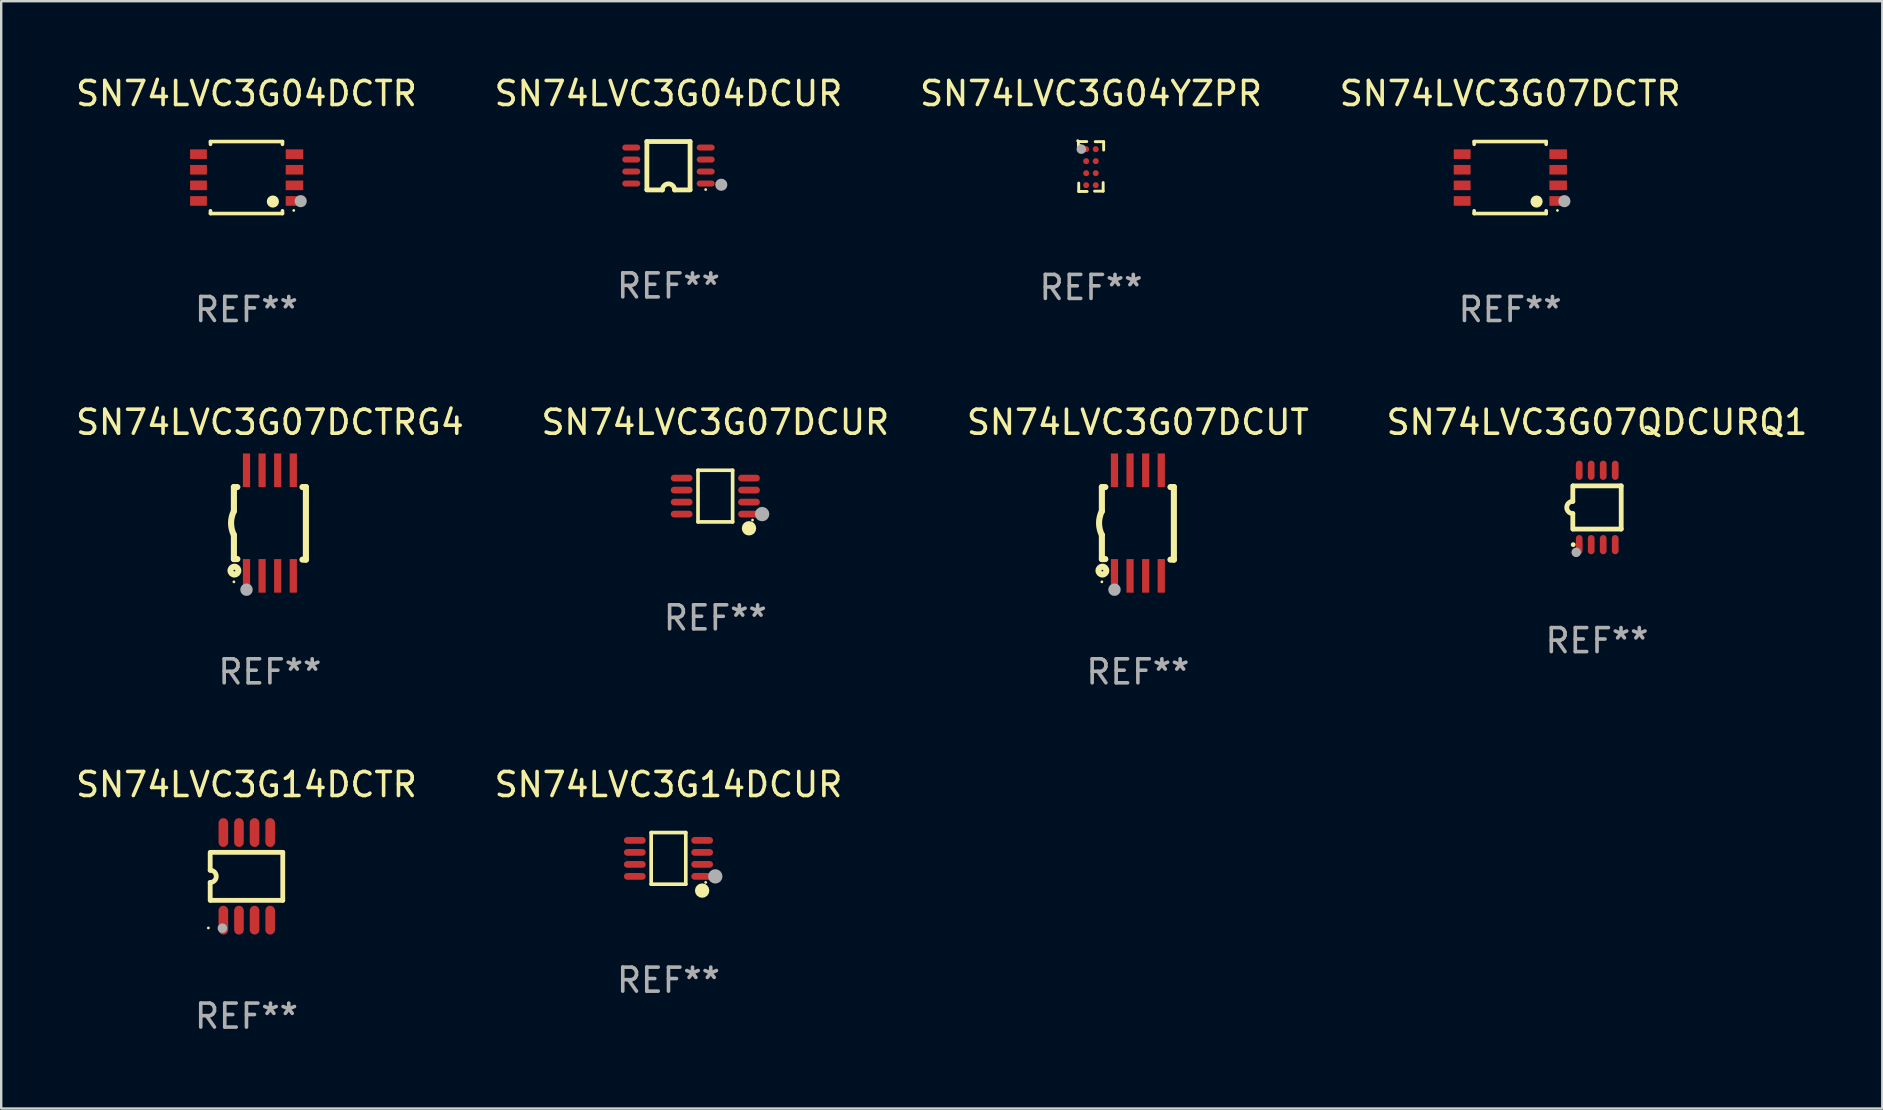
<source format=kicad_pcb>
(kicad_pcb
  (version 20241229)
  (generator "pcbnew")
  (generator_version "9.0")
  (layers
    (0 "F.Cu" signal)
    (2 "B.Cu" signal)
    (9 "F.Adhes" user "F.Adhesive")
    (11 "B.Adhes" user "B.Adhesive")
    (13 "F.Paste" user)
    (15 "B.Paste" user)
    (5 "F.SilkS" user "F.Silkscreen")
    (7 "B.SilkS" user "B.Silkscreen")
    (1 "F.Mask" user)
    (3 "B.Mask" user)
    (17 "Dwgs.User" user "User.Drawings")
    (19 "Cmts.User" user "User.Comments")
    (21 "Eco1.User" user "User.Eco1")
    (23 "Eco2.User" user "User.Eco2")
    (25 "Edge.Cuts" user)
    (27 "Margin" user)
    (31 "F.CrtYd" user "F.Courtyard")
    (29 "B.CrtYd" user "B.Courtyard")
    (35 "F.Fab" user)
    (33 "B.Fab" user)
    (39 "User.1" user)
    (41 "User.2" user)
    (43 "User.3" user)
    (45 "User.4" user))
  (footprint "SN74LVC3G04DCTR"
    (layer "F.Cu")
    (at 7.22 4.348)
    (property "Reference" "SN74LVC3G04DCTR" (at 0 -3.5 0) (layer "F.SilkS") (effects (font (size 1 1) (thickness 0.15))))
    (attr through_hole)
    (fp_line (start -1.5 -1.5) (end 1.5 -1.5) (stroke (width 0.15) (type solid)) (layer "F.SilkS"))
    (fp_line (start -1.5 -1.385) (end -1.5 -1.5) (stroke (width 0.15) (type solid)) (layer "F.SilkS"))
    (fp_line (start -1.5 1.5) (end -1.5 1.385) (stroke (width 0.15) (type solid)) (layer "F.SilkS"))
    (fp_line (start 1.5 -1.5) (end 1.5 -1.385) (stroke (width 0.15) (type solid)) (layer "F.SilkS"))
    (fp_line (start 1.5 1.385) (end 1.5 1.5) (stroke (width 0.15) (type solid)) (layer "F.SilkS"))
    (fp_line (start 1.5 1.5) (end -1.5 1.5) (stroke (width 0.15) (type solid)) (layer "F.SilkS"))
    (fp_circle (center 1.1 1) (end 1.227 1) (stroke (width 0.254) (type solid)) (fill no) (layer "F.SilkS"))
    (fp_circle (center 1.97 1.37) (end 2 1.37) (stroke (width 0.06) (type solid)) (fill no) (layer "F.SilkS"))
    (fp_circle (center 2.26 0.984) (end 2.387 0.984) (stroke (width 0.254) (type solid)) (fill no) (layer "F.Fab"))
    (fp_text user "REF**" (at 0 5.5 0) (layer "F.Fab") (effects (font (size 1 1) (thickness 0.15))))
    (pad "1" smd rect (at 2 0.975) (size 0.73 0.4) (layers "F.Cu" "F.Mask" "F.Paste"))
    (pad "2" smd rect (at 2 0.325) (size 0.73 0.4) (layers "F.Cu" "F.Mask" "F.Paste"))
    (pad "3" smd rect (at 2 -0.325) (size 0.73 0.4) (layers "F.Cu" "F.Mask" "F.Paste"))
    (pad "4" smd rect (at 2 -0.975) (size 0.73 0.4) (layers "F.Cu" "F.Mask" "F.Paste"))
    (pad "5" smd rect (at -2 -0.975) (size 0.7 0.4) (layers "F.Cu" "F.Mask" "F.Paste"))
    (pad "6" smd rect (at -2 -0.325) (size 0.7 0.4) (layers "F.Cu" "F.Mask" "F.Paste"))
    (pad "7" smd rect (at -2 0.325) (size 0.7 0.4) (layers "F.Cu" "F.Mask" "F.Paste"))
    (pad "8" smd rect (at -2 0.975) (size 0.7 0.4) (layers "F.Cu" "F.Mask" "F.Paste")))
  (footprint "SN74LVC3G14DCUR"
    (layer "F.Cu")
    (at 24.804 32.717)
    (property "Reference" "SN74LVC3G14DCUR" (at 0 -3.076 0) (layer "F.SilkS") (effects (font (size 1 1) (thickness 0.15))))
    (attr through_hole)
    (fp_line (start -0.721 -1.076) (end 0.721 -1.076) (stroke (width 0.152) (type solid)) (layer "F.SilkS"))
    (fp_line (start -0.721 1.076) (end -0.721 -1.076) (stroke (width 0.152) (type solid)) (layer "F.SilkS"))
    (fp_line (start 0.721 -1.076) (end 0.721 1.076) (stroke (width 0.152) (type solid)) (layer "F.SilkS"))
    (fp_line (start 0.721 1.076) (end -0.721 1.076) (stroke (width 0.152) (type solid)) (layer "F.SilkS"))
    (fp_circle (center 1.403 1.342) (end 1.553 1.342) (stroke (width 0.3) (type solid)) (fill no) (layer "F.SilkS"))
    (fp_circle (center 1.55 1) (end 1.58 1) (stroke (width 0.06) (type solid)) (fill no) (layer "F.SilkS"))
    (fp_circle (center 1.95 0.75) (end 2.1 0.75) (stroke (width 0.3) (type solid)) (fill no) (layer "F.Fab"))
    (fp_text user "REF**" (at 0 5.076 0) (layer "F.Fab") (effects (font (size 1 1) (thickness 0.15))))
    (pad "1" smd oval (at 1.403 0.75 90) (size 0.28 0.905) (layers "F.Cu" "F.Mask" "F.Paste"))
    (pad "2" smd oval (at 1.403 0.25 90) (size 0.28 0.905) (layers "F.Cu" "F.Mask" "F.Paste"))
    (pad "3" smd oval (at 1.403 -0.25 90) (size 0.28 0.905) (layers "F.Cu" "F.Mask" "F.Paste"))
    (pad "4" smd oval (at 1.403 -0.75 90) (size 0.28 0.905) (layers "F.Cu" "F.Mask" "F.Paste"))
    (pad "5" smd oval (at -1.403 -0.75 90) (size 0.28 0.905) (layers "F.Cu" "F.Mask" "F.Paste"))
    (pad "6" smd oval (at -1.403 -0.25 90) (size 0.28 0.905) (layers "F.Cu" "F.Mask" "F.Paste"))
    (pad "7" smd oval (at -1.403 0.25 90) (size 0.28 0.905) (layers "F.Cu" "F.Mask" "F.Paste"))
    (pad "8" smd oval (at -1.403 0.75 90) (size 0.28 0.905) (layers "F.Cu" "F.Mask" "F.Paste")))
  (footprint "SN74LVC3G04YZPR"
    (layer "F.Cu")
    (at 42.411 3.888)
    (property "Reference" "SN74LVC3G04YZPR" (at 0 -3.04 0) (layer "F.SilkS") (effects (font (size 1 1) (thickness 0.15))))
    (attr through_hole)
    (fp_line (start -0.526 -1.04) (end -0.178 -1.04) (stroke (width 0.12) (type solid)) (layer "F.SilkS"))
    (fp_line (start -0.526 -0.69) (end -0.526 -1.04) (stroke (width 0.12) (type solid)) (layer "F.SilkS"))
    (fp_line (start -0.513 0.69) (end -0.513 1.04) (stroke (width 0.12) (type solid)) (layer "F.SilkS"))
    (fp_line (start -0.513 1.04) (end -0.163 1.04) (stroke (width 0.12) (type solid)) (layer "F.SilkS"))
    (fp_line (start 0.147 1.027) (end 0.505 1.027) (stroke (width 0.12) (type solid)) (layer "F.SilkS"))
    (fp_line (start 0.505 1.027) (end 0.505 0.669) (stroke (width 0.12) (type solid)) (layer "F.SilkS"))
    (fp_line (start 0.526 -1.035) (end 0.175 -1.035) (stroke (width 0.12) (type solid)) (layer "F.SilkS"))
    (fp_line (start 0.526 -0.685) (end 0.526 -1.035) (stroke (width 0.12) (type solid)) (layer "F.SilkS"))
    (fp_arc (start -0.55334 -1.062484) (mid -0.553095 -1.067827) (end -0.552375 -1.073127) (stroke (width 0.11999) (type solid)) (layer "F.SilkS"))
    (fp_circle (center -0.453 -0.873) (end -0.423 -0.873) (stroke (width 0.06) (type solid)) (fill no) (layer "F.SilkS"))
    (fp_circle (center -0.403 -0.723) (end -0.303 -0.723) (stroke (width 0.2) (type solid)) (fill no) (layer "F.Fab"))
    (fp_text user "REF**" (at 0 5.04 0) (layer "F.Fab") (effects (font (size 1 1) (thickness 0.15))))
    (pad "A1" smd circle (at -0.203 -0.723) (size 0.25 0.25) (layers "F.Cu" "F.Mask" "F.Paste"))
    (pad "A2" smd circle (at 0.197 -0.723) (size 0.25 0.25) (layers "F.Cu" "F.Mask" "F.Paste"))
    (pad "B1" smd circle (at -0.203 -0.223) (size 0.25 0.25) (layers "F.Cu" "F.Mask" "F.Paste"))
    (pad "B2" smd circle (at 0.197 -0.223) (size 0.25 0.25) (layers "F.Cu" "F.Mask" "F.Paste"))
    (pad "C1" smd circle (at -0.203 0.277) (size 0.25 0.25) (layers "F.Cu" "F.Mask" "F.Paste"))
    (pad "C2" smd circle (at 0.197 0.277) (size 0.25 0.25) (layers "F.Cu" "F.Mask" "F.Paste"))
    (pad "D1" smd circle (at -0.203 0.777) (size 0.25 0.25) (layers "F.Cu" "F.Mask" "F.Paste"))
    (pad "D2" smd circle (at 0.197 0.777) (size 0.25 0.25) (layers "F.Cu" "F.Mask" "F.Paste")))
  (footprint "SN74LVC3G07QDCURQ1"
    (layer "F.Cu")
    (at 63.494 18.095)
    (property "Reference" "SN74LVC3G07QDCURQ1" (at 0 -3.55 0) (layer "F.SilkS") (effects (font (size 1 1) (thickness 0.15))))
    (attr through_hole)
    (fp_line (start -1.008 -0.254) (end -1.008 -0.9) (stroke (width 0.2) (type solid)) (layer "F.SilkS"))
    (fp_line (start -1.008 0.254) (end -1.008 0.9) (stroke (width 0.2) (type solid)) (layer "F.SilkS"))
    (fp_line (start -0.992 0.9) (end 1.008 0.9) (stroke (width 0.2) (type solid)) (layer "F.SilkS"))
    (fp_line (start 1.008 -0.9) (end -0.992 -0.9) (stroke (width 0.2) (type solid)) (layer "F.SilkS"))
    (fp_line (start 1.008 0.9) (end 1.008 -0.9) (stroke (width 0.2) (type solid)) (layer "F.SilkS"))
    (fp_arc (start -1.008001 0.254001) (mid -1.262002 0) (end -1.008001 -0.254001) (stroke (width 0.2) (type solid)) (layer "F.SilkS"))
    (fp_circle (center -0.992 1.55) (end -0.942 1.55) (stroke (width 0.1) (type solid)) (fill no) (layer "F.SilkS"))
    (fp_circle (center -0.866 1.87) (end -0.766 1.87) (stroke (width 0.2) (type solid)) (fill no) (layer "F.Fab"))
    (fp_text user "REF**" (at 0 5.55 0) (layer "F.Fab") (effects (font (size 1 1) (thickness 0.15))))
    (pad "1" smd oval (at -0.742 1.55 270) (size 0.8 0.28) (layers "F.Cu" "F.Mask" "F.Paste"))
    (pad "2" smd oval (at -0.242 1.55 270) (size 0.8 0.28) (layers "F.Cu" "F.Mask" "F.Paste"))
    (pad "3" smd oval (at 0.258 1.55 270) (size 0.8 0.28) (layers "F.Cu" "F.Mask" "F.Paste"))
    (pad "4" smd oval (at 0.758 1.55 270) (size 0.8 0.28) (layers "F.Cu" "F.Mask" "F.Paste"))
    (pad "5" smd oval (at 0.758 -1.55 270) (size 0.8 0.28) (layers "F.Cu" "F.Mask" "F.Paste"))
    (pad "6" smd oval (at 0.258 -1.55 270) (size 0.8 0.28) (layers "F.Cu" "F.Mask" "F.Paste"))
    (pad "7" smd oval (at -0.242 -1.55 270) (size 0.8 0.28) (layers "F.Cu" "F.Mask" "F.Paste"))
    (pad "8" smd oval (at -0.742 -1.55 270) (size 0.8 0.28) (layers "F.Cu" "F.Mask" "F.Paste")))
  (footprint "SN74LVC3G07DCTR"
    (layer "F.Cu")
    (at 59.875 4.348)
    (property "Reference" "SN74LVC3G07DCTR" (at 0 -3.5 0) (layer "F.SilkS") (effects (font (size 1 1) (thickness 0.15))))
    (attr through_hole)
    (fp_line (start -1.5 -1.5) (end 1.5 -1.5) (stroke (width 0.15) (type solid)) (layer "F.SilkS"))
    (fp_line (start -1.5 -1.385) (end -1.5 -1.5) (stroke (width 0.15) (type solid)) (layer "F.SilkS"))
    (fp_line (start -1.5 1.5) (end -1.5 1.385) (stroke (width 0.15) (type solid)) (layer "F.SilkS"))
    (fp_line (start 1.5 -1.5) (end 1.5 -1.385) (stroke (width 0.15) (type solid)) (layer "F.SilkS"))
    (fp_line (start 1.5 1.385) (end 1.5 1.5) (stroke (width 0.15) (type solid)) (layer "F.SilkS"))
    (fp_line (start 1.5 1.5) (end -1.5 1.5) (stroke (width 0.15) (type solid)) (layer "F.SilkS"))
    (fp_circle (center 1.1 1) (end 1.227 1) (stroke (width 0.254) (type solid)) (fill no) (layer "F.SilkS"))
    (fp_circle (center 1.97 1.37) (end 2 1.37) (stroke (width 0.06) (type solid)) (fill no) (layer "F.SilkS"))
    (fp_circle (center 2.26 0.984) (end 2.387 0.984) (stroke (width 0.254) (type solid)) (fill no) (layer "F.Fab"))
    (fp_text user "REF**" (at 0 5.5 0) (layer "F.Fab") (effects (font (size 1 1) (thickness 0.15))))
    (pad "1" smd rect (at 2 0.975) (size 0.73 0.4) (layers "F.Cu" "F.Mask" "F.Paste"))
    (pad "2" smd rect (at 2 0.325) (size 0.73 0.4) (layers "F.Cu" "F.Mask" "F.Paste"))
    (pad "3" smd rect (at 2 -0.325) (size 0.73 0.4) (layers "F.Cu" "F.Mask" "F.Paste"))
    (pad "4" smd rect (at 2 -0.975) (size 0.73 0.4) (layers "F.Cu" "F.Mask" "F.Paste"))
    (pad "5" smd rect (at -2 -0.975) (size 0.7 0.4) (layers "F.Cu" "F.Mask" "F.Paste"))
    (pad "6" smd rect (at -2 -0.325) (size 0.7 0.4) (layers "F.Cu" "F.Mask" "F.Paste"))
    (pad "7" smd rect (at -2 0.325) (size 0.7 0.4) (layers "F.Cu" "F.Mask" "F.Paste"))
    (pad "8" smd rect (at -2 0.975) (size 0.7 0.4) (layers "F.Cu" "F.Mask" "F.Paste")))
  (footprint "SN74LVC3G07DCUR"
    (layer "F.Cu")
    (at 26.756 17.621)
    (property "Reference" "SN74LVC3G07DCUR" (at 0 -3.076 0) (layer "F.SilkS") (effects (font (size 1 1) (thickness 0.15))))
    (attr through_hole)
    (fp_line (start -0.721 -1.076) (end 0.721 -1.076) (stroke (width 0.152) (type solid)) (layer "F.SilkS"))
    (fp_line (start -0.721 1.076) (end -0.721 -1.076) (stroke (width 0.152) (type solid)) (layer "F.SilkS"))
    (fp_line (start 0.721 -1.076) (end 0.721 1.076) (stroke (width 0.152) (type solid)) (layer "F.SilkS"))
    (fp_line (start 0.721 1.076) (end -0.721 1.076) (stroke (width 0.152) (type solid)) (layer "F.SilkS"))
    (fp_circle (center 1.403 1.342) (end 1.553 1.342) (stroke (width 0.3) (type solid)) (fill no) (layer "F.SilkS"))
    (fp_circle (center 1.55 1) (end 1.58 1) (stroke (width 0.06) (type solid)) (fill no) (layer "F.SilkS"))
    (fp_circle (center 1.95 0.75) (end 2.1 0.75) (stroke (width 0.3) (type solid)) (fill no) (layer "F.Fab"))
    (fp_text user "REF**" (at 0 5.076 0) (layer "F.Fab") (effects (font (size 1 1) (thickness 0.15))))
    (pad "1" smd oval (at 1.403 0.75 90) (size 0.28 0.905) (layers "F.Cu" "F.Mask" "F.Paste"))
    (pad "2" smd oval (at 1.403 0.25 90) (size 0.28 0.905) (layers "F.Cu" "F.Mask" "F.Paste"))
    (pad "3" smd oval (at 1.403 -0.25 90) (size 0.28 0.905) (layers "F.Cu" "F.Mask" "F.Paste"))
    (pad "4" smd oval (at 1.403 -0.75 90) (size 0.28 0.905) (layers "F.Cu" "F.Mask" "F.Paste"))
    (pad "5" smd oval (at -1.403 -0.75 90) (size 0.28 0.905) (layers "F.Cu" "F.Mask" "F.Paste"))
    (pad "6" smd oval (at -1.403 -0.25 90) (size 0.28 0.905) (layers "F.Cu" "F.Mask" "F.Paste"))
    (pad "7" smd oval (at -1.403 0.25 90) (size 0.28 0.905) (layers "F.Cu" "F.Mask" "F.Paste"))
    (pad "8" smd oval (at -1.403 0.75 90) (size 0.28 0.905) (layers "F.Cu" "F.Mask" "F.Paste")))
  (footprint "SN74LVC3G07DCTRG4"
    (layer "F.Cu")
    (at 8.196 18.745)
    (property "Reference" "SN74LVC3G07DCTRG4" (at 0 -4.2 0) (layer "F.SilkS") (effects (font (size 1 1) (thickness 0.15))))
    (attr through_hole)
    (fp_line (start -1.5 -1.5) (end -1.5 -0.5) (stroke (width 0.254) (type solid)) (layer "F.SilkS"))
    (fp_line (start -1.5 -1.5) (end -1.356 -1.5) (stroke (width 0.254) (type solid)) (layer "F.SilkS"))
    (fp_line (start -1.5 1.5) (end -1.5 0.5) (stroke (width 0.254) (type solid)) (layer "F.SilkS"))
    (fp_line (start -1.5 1.5) (end -1.356 1.5) (stroke (width 0.254) (type solid)) (layer "F.SilkS"))
    (fp_line (start 1.356 -1.5) (end 1.5 -1.5) (stroke (width 0.254) (type solid)) (layer "F.SilkS"))
    (fp_line (start 1.5 -1.5) (end 1.5 1.524) (stroke (width 0.254) (type solid)) (layer "F.SilkS"))
    (fp_line (start 1.5 1.524) (end 1.356 1.524) (stroke (width 0.254) (type solid)) (layer "F.SilkS"))
    (fp_arc (start -1.500203 0.499137) (mid -1.618067 -0.000468) (end -1.5 -0.500025) (stroke (width 0.254001) (type solid)) (layer "F.SilkS"))
    (fp_circle (center -1.5 2.449) (end -1.47 2.449) (stroke (width 0.06) (type solid)) (fill no) (layer "F.SilkS"))
    (fp_circle (center -1.479 1.981) (end -1.444 1.981) (stroke (width 0.254) (type solid)) (fill no) (layer "F.SilkS"))
    (fp_circle (center -0.975 2.776) (end -0.845 2.776) (stroke (width 0.26) (type solid)) (fill no) (layer "F.Fab"))
    (fp_text user "REF**" (at 0 6.2 0) (layer "F.Fab") (effects (font (size 1 1) (thickness 0.15))))
    (pad "1" smd rect (at -0.975 2.2) (size 0.3 1.4) (layers "F.Cu" "F.Mask" "F.Paste"))
    (pad "2" smd rect (at -0.325 2.2) (size 0.3 1.4) (layers "F.Cu" "F.Mask" "F.Paste"))
    (pad "3" smd rect (at 0.325 2.2) (size 0.3 1.4) (layers "F.Cu" "F.Mask" "F.Paste"))
    (pad "4" smd rect (at 0.975 2.2) (size 0.3 1.4) (layers "F.Cu" "F.Mask" "F.Paste"))
    (pad "5" smd rect (at 0.975 -2.2) (size 0.3 1.4) (layers "F.Cu" "F.Mask" "F.Paste"))
    (pad "6" smd rect (at 0.325 -2.2) (size 0.3 1.4) (layers "F.Cu" "F.Mask" "F.Paste"))
    (pad "7" smd rect (at -0.325 -2.2) (size 0.3 1.4) (layers "F.Cu" "F.Mask" "F.Paste"))
    (pad "8" smd rect (at -0.975 -2.2) (size 0.3 1.4) (layers "F.Cu" "F.Mask" "F.Paste")))
  (footprint "SN74LVC3G14DCTR"
    (layer "F.Cu")
    (at 7.22 33.466)
    (property "Reference" "SN74LVC3G14DCTR" (at 0 -3.825 0) (layer "F.SilkS") (effects (font (size 1 1) (thickness 0.15))))
    (attr through_hole)
    (fp_line (start -1.512 -0.254) (end -1.512 -1) (stroke (width 0.2) (type solid)) (layer "F.SilkS"))
    (fp_line (start -1.512 0.254) (end -1.512 1) (stroke (width 0.2) (type solid)) (layer "F.SilkS"))
    (fp_line (start -1.488 -1) (end 1.512 -1) (stroke (width 0.2) (type solid)) (layer "F.SilkS"))
    (fp_line (start 1.512 -1) (end 1.512 1) (stroke (width 0.2) (type solid)) (layer "F.SilkS"))
    (fp_line (start 1.512 1) (end -1.488 1) (stroke (width 0.2) (type solid)) (layer "F.SilkS"))
    (fp_arc (start -1.512002 -0.254001) (mid -1.258001 0) (end -1.512002 0.254001) (stroke (width 0.2) (type solid)) (layer "F.SilkS"))
    (fp_circle (center -1.588 2.15) (end -1.558 2.15) (stroke (width 0.06) (type solid)) (fill no) (layer "F.SilkS"))
    (fp_circle (center -1.004 2.159) (end -0.904 2.159) (stroke (width 0.2) (type solid)) (fill no) (layer "F.Fab"))
    (fp_text user "REF**" (at 0 5.825 0) (layer "F.Fab") (effects (font (size 1 1) (thickness 0.15))))
    (pad "1" smd oval (at -0.963 1.825 270) (size 1.2 0.4) (layers "F.Cu" "F.Mask" "F.Paste"))
    (pad "2" smd oval (at -0.313 1.825 270) (size 1.2 0.4) (layers "F.Cu" "F.Mask" "F.Paste"))
    (pad "3" smd oval (at 0.337 1.825 270) (size 1.2 0.4) (layers "F.Cu" "F.Mask" "F.Paste"))
    (pad "4" smd oval (at 0.987 1.825 270) (size 1.2 0.4) (layers "F.Cu" "F.Mask" "F.Paste"))
    (pad "5" smd oval (at 0.987 -1.825 270) (size 1.2 0.4) (layers "F.Cu" "F.Mask" "F.Paste"))
    (pad "6" smd oval (at 0.337 -1.825 270) (size 1.2 0.4) (layers "F.Cu" "F.Mask" "F.Paste"))
    (pad "7" smd oval (at -0.313 -1.825 270) (size 1.2 0.4) (layers "F.Cu" "F.Mask" "F.Paste"))
    (pad "8" smd oval (at -0.963 -1.825 270) (size 1.2 0.4) (layers "F.Cu" "F.Mask" "F.Paste")))
  (footprint "SN74LVC3G07DCUT"
    (layer "F.Cu")
    (at 44.363 18.745)
    (property "Reference" "SN74LVC3G07DCUT" (at 0 -4.2 0) (layer "F.SilkS") (effects (font (size 1 1) (thickness 0.15))))
    (attr through_hole)
    (fp_line (start -1.5 -1.5) (end -1.5 -0.5) (stroke (width 0.254) (type solid)) (layer "F.SilkS"))
    (fp_line (start -1.5 -1.5) (end -1.356 -1.5) (stroke (width 0.254) (type solid)) (layer "F.SilkS"))
    (fp_line (start -1.5 1.5) (end -1.5 0.5) (stroke (width 0.254) (type solid)) (layer "F.SilkS"))
    (fp_line (start -1.5 1.5) (end -1.356 1.5) (stroke (width 0.254) (type solid)) (layer "F.SilkS"))
    (fp_line (start 1.356 -1.5) (end 1.5 -1.5) (stroke (width 0.254) (type solid)) (layer "F.SilkS"))
    (fp_line (start 1.5 -1.5) (end 1.5 1.524) (stroke (width 0.254) (type solid)) (layer "F.SilkS"))
    (fp_line (start 1.5 1.524) (end 1.356 1.524) (stroke (width 0.254) (type solid)) (layer "F.SilkS"))
    (fp_arc (start -1.500203 0.499137) (mid -1.618067 -0.000468) (end -1.5 -0.500025) (stroke (width 0.254001) (type solid)) (layer "F.SilkS"))
    (fp_circle (center -1.5 2.449) (end -1.47 2.449) (stroke (width 0.06) (type solid)) (fill no) (layer "F.SilkS"))
    (fp_circle (center -1.479 1.981) (end -1.444 1.981) (stroke (width 0.254) (type solid)) (fill no) (layer "F.SilkS"))
    (fp_circle (center -0.975 2.776) (end -0.845 2.776) (stroke (width 0.26) (type solid)) (fill no) (layer "F.Fab"))
    (fp_text user "REF**" (at 0 6.2 0) (layer "F.Fab") (effects (font (size 1 1) (thickness 0.15))))
    (pad "1" smd rect (at -0.975 2.2) (size 0.3 1.4) (layers "F.Cu" "F.Mask" "F.Paste"))
    (pad "2" smd rect (at -0.325 2.2) (size 0.3 1.4) (layers "F.Cu" "F.Mask" "F.Paste"))
    (pad "3" smd rect (at 0.325 2.2) (size 0.3 1.4) (layers "F.Cu" "F.Mask" "F.Paste"))
    (pad "4" smd rect (at 0.975 2.2) (size 0.3 1.4) (layers "F.Cu" "F.Mask" "F.Paste"))
    (pad "5" smd rect (at 0.975 -2.2) (size 0.3 1.4) (layers "F.Cu" "F.Mask" "F.Paste"))
    (pad "6" smd rect (at 0.325 -2.2) (size 0.3 1.4) (layers "F.Cu" "F.Mask" "F.Paste"))
    (pad "7" smd rect (at -0.325 -2.2) (size 0.3 1.4) (layers "F.Cu" "F.Mask" "F.Paste"))
    (pad "8" smd rect (at -0.975 -2.2) (size 0.3 1.4) (layers "F.Cu" "F.Mask" "F.Paste")))
  (footprint "SN74LVC3G04DCUR"
    (layer "F.Cu")
    (at 24.804 3.856)
    (property "Reference" "SN74LVC3G04DCUR" (at 0 -3.008 0) (layer "F.SilkS") (effects (font (size 1 1) (thickness 0.15))))
    (attr through_hole)
    (fp_line (start -0.9 -1.008) (end -0.9 0.992) (stroke (width 0.2) (type solid)) (layer "F.SilkS"))
    (fp_line (start -0.254 1.008) (end -0.9 1.008) (stroke (width 0.2) (type solid)) (layer "F.SilkS"))
    (fp_line (start 0.254 1.008) (end 0.9 1.008) (stroke (width 0.2) (type solid)) (layer "F.SilkS"))
    (fp_line (start 0.9 -1.008) (end -0.9 -1.008) (stroke (width 0.2) (type solid)) (layer "F.SilkS"))
    (fp_line (start 0.9 0.992) (end 0.9 -1.008) (stroke (width 0.2) (type solid)) (layer "F.SilkS"))
    (fp_arc (start -0.254128 1.007976) (mid -0.000127 0.753975) (end 0.253874 1.007976) (stroke (width 0.2) (type solid)) (layer "F.SilkS"))
    (fp_circle (center 1.55 0.992) (end 1.58 0.992) (stroke (width 0.06) (type solid)) (fill no) (layer "F.SilkS"))
    (fp_circle (center 2.2 0.792) (end 2.327 0.792) (stroke (width 0.254) (type solid)) (fill no) (layer "F.Fab"))
    (fp_text user "REF**" (at 0 5.008 0) (layer "F.Fab") (effects (font (size 1 1) (thickness 0.15))))
    (pad "1" smd oval (at 1.55 0.742) (size 0.75 0.25) (layers "F.Cu" "F.Mask" "F.Paste"))
    (pad "2" smd oval (at 1.55 0.242) (size 0.75 0.25) (layers "F.Cu" "F.Mask" "F.Paste"))
    (pad "3" smd oval (at 1.55 -0.258) (size 0.75 0.25) (layers "F.Cu" "F.Mask" "F.Paste"))
    (pad "4" smd oval (at 1.55 -0.758) (size 0.75 0.25) (layers "F.Cu" "F.Mask" "F.Paste"))
    (pad "5" smd oval (at -1.55 -0.758) (size 0.75 0.25) (layers "F.Cu" "F.Mask" "F.Paste"))
    (pad "6" smd oval (at -1.55 -0.258) (size 0.75 0.25) (layers "F.Cu" "F.Mask" "F.Paste"))
    (pad "7" smd oval (at -1.55 0.242) (size 0.75 0.25) (layers "F.Cu" "F.Mask" "F.Paste"))
    (pad "8" smd oval (at -1.55 0.742) (size 0.75 0.25) (layers "F.Cu" "F.Mask" "F.Paste")))
  (gr_rect
    (start -3 -3)
    (end 75.381 43.139)
    (stroke (width 0.1) (type default))
    (fill no)
    (layer "Edge.Cuts")))
</source>
